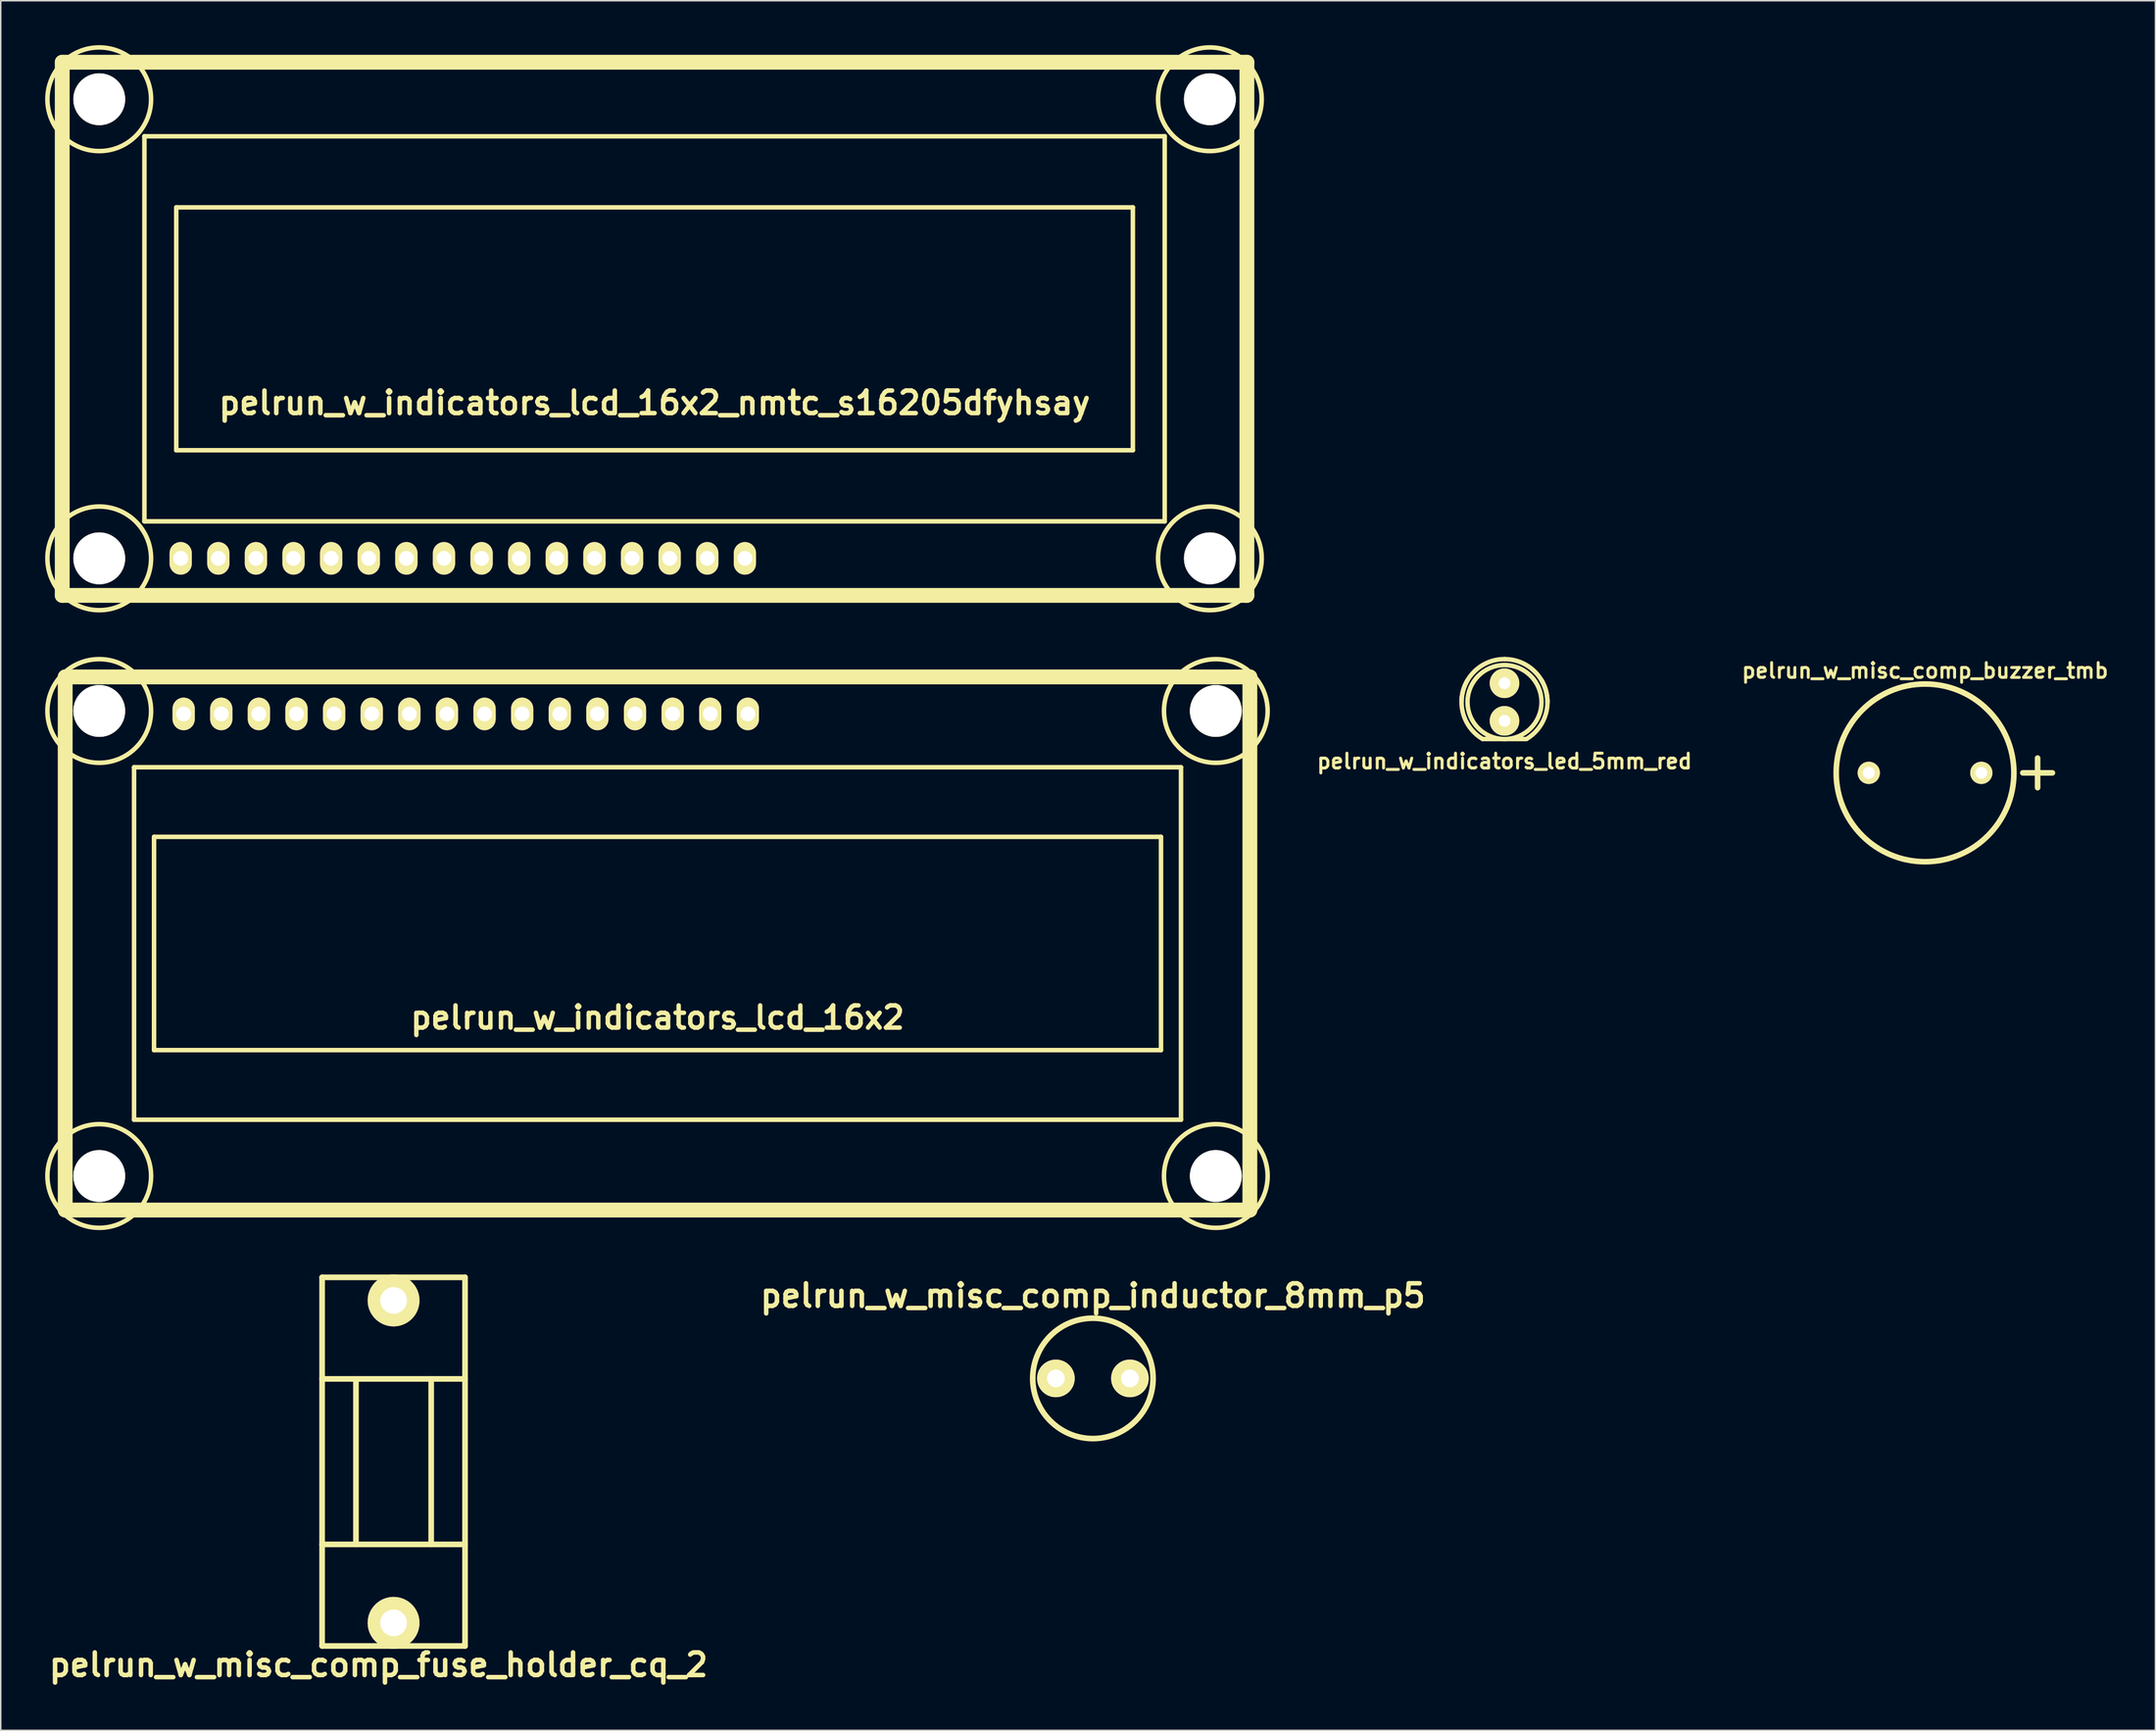
<source format=kicad_pcb>
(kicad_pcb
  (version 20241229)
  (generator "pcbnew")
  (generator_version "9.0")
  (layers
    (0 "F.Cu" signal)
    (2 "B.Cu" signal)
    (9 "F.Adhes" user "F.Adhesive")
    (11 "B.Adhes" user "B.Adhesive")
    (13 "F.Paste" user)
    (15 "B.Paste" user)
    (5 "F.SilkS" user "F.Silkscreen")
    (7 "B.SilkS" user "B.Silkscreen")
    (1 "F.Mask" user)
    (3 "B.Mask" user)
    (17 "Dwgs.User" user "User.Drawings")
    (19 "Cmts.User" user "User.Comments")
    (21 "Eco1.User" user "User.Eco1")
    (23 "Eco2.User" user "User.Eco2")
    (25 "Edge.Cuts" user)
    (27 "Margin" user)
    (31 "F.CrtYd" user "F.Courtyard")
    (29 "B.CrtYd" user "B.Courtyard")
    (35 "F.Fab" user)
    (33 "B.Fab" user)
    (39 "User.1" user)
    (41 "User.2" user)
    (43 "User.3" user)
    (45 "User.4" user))
  (footprint "pelrun_w_indicators_lcd_16x2_nmtc_s16205dfyhsay"
    (layer "F.Cu")
    (at 41.152 19.152)
    (property "Reference" "pelrun_w_indicators_lcd_16x2_nmtc_s16205dfyhsay" (at 0 5.001 0) (layer "F.SilkS") (effects (font (size 1.524 1.524) (thickness 0.305))))
    (attr through_hole)
    (fp_line (start -40 -18) (end 40 -18) (stroke (width 1.001) (type solid)) (layer "F.SilkS"))
    (fp_line (start -40 18) (end -40 -18) (stroke (width 1.001) (type solid)) (layer "F.SilkS"))
    (fp_line (start -34.45 -13) (end 34.45 -13) (stroke (width 0.305) (type solid)) (layer "F.SilkS"))
    (fp_line (start -34.45 13) (end -34.45 -13) (stroke (width 0.305) (type solid)) (layer "F.SilkS"))
    (fp_line (start -32.3 -8.2) (end -32.3 8.2) (stroke (width 0.305) (type solid)) (layer "F.SilkS"))
    (fp_line (start -32.3 8.2) (end 32.3 8.2) (stroke (width 0.305) (type solid)) (layer "F.SilkS"))
    (fp_line (start 32.3 -8.2) (end -32.3 -8.2) (stroke (width 0.305) (type solid)) (layer "F.SilkS"))
    (fp_line (start 32.3 8.2) (end 32.3 -8.2) (stroke (width 0.305) (type solid)) (layer "F.SilkS"))
    (fp_line (start 34.45 -13) (end 34.45 13) (stroke (width 0.305) (type solid)) (layer "F.SilkS"))
    (fp_line (start 34.45 13) (end -34.45 13) (stroke (width 0.305) (type solid)) (layer "F.SilkS"))
    (fp_line (start 40 -18) (end 40 18) (stroke (width 1.001) (type solid)) (layer "F.SilkS"))
    (fp_line (start 40 18) (end -40 18) (stroke (width 1.001) (type solid)) (layer "F.SilkS"))
    (fp_circle (center -37.5 -15.5) (end -41 -15.5) (stroke (width 0.305) (type solid)) (fill no) (layer "F.SilkS"))
    (fp_circle (center -37.5 15.5) (end -41 15.5) (stroke (width 0.305) (type solid)) (fill no) (layer "F.SilkS"))
    (fp_circle (center 37.5 -15.5) (end 41 -15.5) (stroke (width 0.305) (type solid)) (fill no) (layer "F.SilkS"))
    (fp_circle (center 37.5 15.5) (end 41 15.5) (stroke (width 0.305) (type solid)) (fill no) (layer "F.SilkS"))
    (pad "" np_thru_hole circle (at -37.5 -15.5) (size 3.5 3.5) (drill 3.5) (layers "*.Cu" "*.Mask" "F.SilkS"))
    (pad "" np_thru_hole circle (at -37.5 15.5) (size 3.5 3.5) (drill 3.5) (layers "*.Cu" "*.Mask" "F.SilkS"))
    (pad "" np_thru_hole circle (at 37.5 -15.5) (size 3.5 3.5) (drill 3.5) (layers "*.Cu" "*.Mask" "F.SilkS"))
    (pad "" np_thru_hole circle (at 37.5 15.5) (size 3.5 3.5) (drill 3.5) (layers "*.Cu" "*.Mask" "F.SilkS"))
    (pad "1" thru_hole oval (at -32 15.5) (size 1.5 2.2) (drill 1) (layers "*.Cu" "*.Mask" "F.SilkS"))
    (pad "2" thru_hole oval (at -29.46 15.5) (size 1.5 2.2) (drill 1) (layers "*.Cu" "*.Mask" "F.SilkS"))
    (pad "3" thru_hole oval (at -26.92 15.5) (size 1.5 2.2) (drill 1) (layers "*.Cu" "*.Mask" "F.SilkS"))
    (pad "4" thru_hole oval (at -24.38 15.5) (size 1.5 2.2) (drill 1) (layers "*.Cu" "*.Mask" "F.SilkS"))
    (pad "5" thru_hole oval (at -21.84 15.5) (size 1.5 2.2) (drill 1) (layers "*.Cu" "*.Mask" "F.SilkS"))
    (pad "6" thru_hole oval (at -19.3 15.5) (size 1.5 2.2) (drill 1) (layers "*.Cu" "*.Mask" "F.SilkS"))
    (pad "7" thru_hole oval (at -16.76 15.5) (size 1.5 2.2) (drill 1) (layers "*.Cu" "*.Mask" "F.SilkS"))
    (pad "8" thru_hole oval (at -14.22 15.5) (size 1.5 2.2) (drill 1) (layers "*.Cu" "*.Mask" "F.SilkS"))
    (pad "9" thru_hole oval (at -11.68 15.5) (size 1.5 2.2) (drill 1) (layers "*.Cu" "*.Mask" "F.SilkS"))
    (pad "10" thru_hole oval (at -9.14 15.5) (size 1.5 2.2) (drill 1) (layers "*.Cu" "*.Mask" "F.SilkS"))
    (pad "11" thru_hole oval (at -6.6 15.5) (size 1.5 2.2) (drill 1) (layers "*.Cu" "*.Mask" "F.SilkS"))
    (pad "12" thru_hole oval (at -4.06 15.5) (size 1.5 2.2) (drill 1) (layers "*.Cu" "*.Mask" "F.SilkS"))
    (pad "13" thru_hole oval (at -1.52 15.5) (size 1.5 2.2) (drill 1) (layers "*.Cu" "*.Mask" "F.SilkS"))
    (pad "14" thru_hole oval (at 1.02 15.5) (size 1.5 2.2) (drill 1) (layers "*.Cu" "*.Mask" "F.SilkS"))
    (pad "15" thru_hole oval (at 3.56 15.5) (size 1.5 2.2) (drill 1) (layers "*.Cu" "*.Mask" "F.SilkS"))
    (pad "16" thru_hole oval (at 6.1 15.5) (size 1.5 2.2) (drill 1) (layers "*.Cu" "*.Mask" "F.SilkS")))
  (footprint "pelrun_w_indicators_led_5mm_red"
    (layer "F.Cu")
    (at 98.548 44.355)
    (property "Reference" "pelrun_w_indicators_led_5mm_red" (at 0 4 0) (layer "F.SilkS") (effects (font (size 1 1) (thickness 0.2))))
    (attr through_hole)
    (fp_line (start -1.471 2.499) (end 1.471 2.499) (stroke (width 0.3) (type solid)) (layer "F.SilkS"))
    (fp_arc (start -2.90068 0) (mid -2.05109 -2.05109) (end 0 -2.90068) (stroke (width 0.29972) (type solid)) (layer "F.SilkS"))
    (fp_arc (start -1.47066 2.49936) (mid -2.807228 0.727401) (end -2.49936 -1.47066) (stroke (width 0.29972) (type solid)) (layer "F.SilkS"))
    (fp_arc (start 0 -2.90068) (mid 2.05109 -2.05109) (end 2.90068 0) (stroke (width 0.29972) (type solid)) (layer "F.SilkS"))
    (fp_arc (start 2.4892 -1.49098) (mid 2.814412 0.705848) (end 1.49098 2.4892) (stroke (width 0.29972) (type solid)) (layer "F.SilkS"))
    (fp_circle (center 0 0) (end -2.499 0) (stroke (width 0.3) (type solid)) (fill no) (layer "F.SilkS"))
    (pad "1" thru_hole circle (at 0 -1.27) (size 1.999 1.999) (drill 0.8) (layers "*.Cu" "*.Mask" "F.SilkS"))
    (pad "2" thru_hole circle (at 0 1.27) (size 1.999 1.999) (drill 0.8) (layers "*.Cu" "*.Mask" "F.SilkS")))
  (footprint "pelrun_w_indicators_lcd_16x2"
    (layer "F.Cu")
    (at 41.352 60.657)
    (property "Reference" "pelrun_w_indicators_lcd_16x2" (at 0 5.001 0) (layer "F.SilkS") (effects (font (size 1.5 1.5) (thickness 0.3))))
    (attr through_hole)
    (fp_line (start -40 -18) (end 40 -18) (stroke (width 1.001) (type solid)) (layer "F.SilkS"))
    (fp_line (start -40 18) (end -40 -18) (stroke (width 1.001) (type solid)) (layer "F.SilkS"))
    (fp_line (start -35.35 -11.9) (end 35.35 -11.9) (stroke (width 0.305) (type solid)) (layer "F.SilkS"))
    (fp_line (start -35.35 11.9) (end -35.35 -11.9) (stroke (width 0.305) (type solid)) (layer "F.SilkS"))
    (fp_line (start -34 -7.2) (end -34 7.2) (stroke (width 0.305) (type solid)) (layer "F.SilkS"))
    (fp_line (start -34 7.2) (end 34 7.2) (stroke (width 0.305) (type solid)) (layer "F.SilkS"))
    (fp_line (start 34 -7.2) (end -34 -7.2) (stroke (width 0.305) (type solid)) (layer "F.SilkS"))
    (fp_line (start 34 7.2) (end 34 -7.2) (stroke (width 0.305) (type solid)) (layer "F.SilkS"))
    (fp_line (start 35.35 -11.9) (end 35.35 11.9) (stroke (width 0.305) (type solid)) (layer "F.SilkS"))
    (fp_line (start 35.35 11.9) (end -35.35 11.9) (stroke (width 0.305) (type solid)) (layer "F.SilkS"))
    (fp_line (start 40 -18) (end 40 18) (stroke (width 1.001) (type solid)) (layer "F.SilkS"))
    (fp_line (start 40 18) (end -40 18) (stroke (width 1.001) (type solid)) (layer "F.SilkS"))
    (fp_circle (center -37.7 -15.7) (end -41.2 -15.7) (stroke (width 0.305) (type solid)) (fill no) (layer "F.SilkS"))
    (fp_circle (center -37.7 15.7) (end -41.2 15.7) (stroke (width 0.305) (type solid)) (fill no) (layer "F.SilkS"))
    (fp_circle (center 37.7 -15.7) (end 41.2 -15.7) (stroke (width 0.305) (type solid)) (fill no) (layer "F.SilkS"))
    (fp_circle (center 37.7 15.7) (end 41.2 15.7) (stroke (width 0.305) (type solid)) (fill no) (layer "F.SilkS"))
    (pad "" np_thru_hole circle (at -37.7 -15.7) (size 3.5 3.5) (drill 3.5) (layers "*.Cu" "*.Mask" "F.SilkS"))
    (pad "" np_thru_hole circle (at -37.7 15.7) (size 3.5 3.5) (drill 3.5) (layers "*.Cu" "*.Mask" "F.SilkS"))
    (pad "" np_thru_hole circle (at 37.7 -15.7) (size 3.5 3.5) (drill 3.5) (layers "*.Cu" "*.Mask" "F.SilkS"))
    (pad "" np_thru_hole circle (at 37.7 15.7) (size 3.5 3.5) (drill 3.5) (layers "*.Cu" "*.Mask" "F.SilkS"))
    (pad "1" thru_hole oval (at -32 -15.5) (size 1.5 2.2) (drill 1) (layers "*.Cu" "*.Mask" "F.SilkS"))
    (pad "2" thru_hole oval (at -29.46 -15.5) (size 1.5 2.2) (drill 1) (layers "*.Cu" "*.Mask" "F.SilkS"))
    (pad "3" thru_hole oval (at -26.92 -15.5) (size 1.5 2.2) (drill 1) (layers "*.Cu" "*.Mask" "F.SilkS"))
    (pad "4" thru_hole oval (at -24.38 -15.5) (size 1.5 2.2) (drill 1) (layers "*.Cu" "*.Mask" "F.SilkS"))
    (pad "5" thru_hole oval (at -21.84 -15.5) (size 1.5 2.2) (drill 1) (layers "*.Cu" "*.Mask" "F.SilkS"))
    (pad "6" thru_hole oval (at -19.3 -15.5) (size 1.5 2.2) (drill 1) (layers "*.Cu" "*.Mask" "F.SilkS"))
    (pad "7" thru_hole oval (at -16.76 -15.5) (size 1.5 2.2) (drill 1) (layers "*.Cu" "*.Mask" "F.SilkS"))
    (pad "8" thru_hole oval (at -14.22 -15.5) (size 1.5 2.2) (drill 1) (layers "*.Cu" "*.Mask" "F.SilkS"))
    (pad "9" thru_hole oval (at -11.68 -15.5) (size 1.5 2.2) (drill 1) (layers "*.Cu" "*.Mask" "F.SilkS"))
    (pad "10" thru_hole oval (at -9.14 -15.5) (size 1.5 2.2) (drill 1) (layers "*.Cu" "*.Mask" "F.SilkS"))
    (pad "11" thru_hole oval (at -6.6 -15.5) (size 1.5 2.2) (drill 1) (layers "*.Cu" "*.Mask" "F.SilkS"))
    (pad "12" thru_hole oval (at -4.06 -15.5) (size 1.5 2.2) (drill 1) (layers "*.Cu" "*.Mask" "F.SilkS"))
    (pad "13" thru_hole oval (at -1.52 -15.5) (size 1.5 2.2) (drill 1) (layers "*.Cu" "*.Mask" "F.SilkS"))
    (pad "14" thru_hole oval (at 1.02 -15.5) (size 1.5 2.2) (drill 1) (layers "*.Cu" "*.Mask" "F.SilkS"))
    (pad "15" thru_hole oval (at 3.56 -15.5) (size 1.5 2.2) (drill 1) (layers "*.Cu" "*.Mask" "F.SilkS"))
    (pad "16" thru_hole oval (at 6.1 -15.5) (size 1.5 2.2) (drill 1) (layers "*.Cu" "*.Mask" "F.SilkS")))
  (footprint "pelrun_w_misc_comp_fuse_holder_cq_2"
    (layer "F.Cu")
    (at 23.528 95.646)
    (property "Reference" "pelrun_w_misc_comp_fuse_holder_cq_2" (at -1.016 13.716 0) (layer "F.SilkS") (effects (font (size 1.524 1.524) (thickness 0.305))))
    (attr through_hole)
    (fp_line (start -4.826 -12.446) (end 4.826 -12.446) (stroke (width 0.381) (type solid)) (layer "F.SilkS"))
    (fp_line (start -4.826 -5.588) (end 4.826 -5.588) (stroke (width 0.381) (type solid)) (layer "F.SilkS"))
    (fp_line (start -4.826 12.446) (end -4.826 -12.446) (stroke (width 0.381) (type solid)) (layer "F.SilkS"))
    (fp_line (start -2.54 -5.588) (end -2.54 5.588) (stroke (width 0.381) (type solid)) (layer "F.SilkS"))
    (fp_line (start 2.54 5.588) (end 2.54 -5.588) (stroke (width 0.381) (type solid)) (layer "F.SilkS"))
    (fp_line (start 4.826 -12.446) (end 4.826 12.446) (stroke (width 0.381) (type solid)) (layer "F.SilkS"))
    (fp_line (start 4.826 5.588) (end -4.826 5.588) (stroke (width 0.381) (type solid)) (layer "F.SilkS"))
    (fp_line (start 4.826 12.446) (end -4.826 12.446) (stroke (width 0.381) (type solid)) (layer "F.SilkS"))
    (pad "1" thru_hole circle (at 0 -10.884) (size 3.5 3.5) (drill 1.801) (layers "*.Cu" "*.Mask" "F.SilkS"))
    (pad "2" thru_hole circle (at 0 10.884) (size 3.5 3.5) (drill 1.801) (layers "*.Cu" "*.Mask" "F.SilkS")))
  (footprint "pelrun_w_misc_comp_buzzer_tmb"
    (layer "F.Cu")
    (at 126.947 49.136)
    (property "Reference" "pelrun_w_misc_comp_buzzer_tmb" (at 0 -6.9 0) (layer "F.SilkS") (effects (font (size 0.998 0.998) (thickness 0.198))))
    (attr through_hole)
    (fp_line (start 6.6 0) (end 8.6 0) (stroke (width 0.378) (type solid)) (layer "F.SilkS"))
    (fp_line (start 7.6 1) (end 7.6 -1) (stroke (width 0.378) (type solid)) (layer "F.SilkS"))
    (fp_circle (center 0 0) (end -6 0) (stroke (width 0.378) (type solid)) (fill no) (layer "F.SilkS"))
    (pad "1" thru_hole circle (at 3.8 0) (size 1.5 1.5) (drill 0.8) (layers "*.Cu" "*.Mask" "F.SilkS"))
    (pad "2" thru_hole circle (at -3.8 0) (size 1.5 1.5) (drill 0.8) (layers "*.Cu" "*.Mask" "F.SilkS")))
  (footprint "pelrun_w_misc_comp_inductor_8mm_p5"
    (layer "F.Cu")
    (at 70.753 90.024)
    (property "Reference" "pelrun_w_misc_comp_inductor_8mm_p5" (at 0 -5.588 0) (layer "F.SilkS") (effects (font (size 1.524 1.524) (thickness 0.305))))
    (attr through_hole)
    (fp_circle (center 0 0) (end -4.064 0) (stroke (width 0.381) (type solid)) (fill no) (layer "F.SilkS"))
    (pad "1" thru_hole circle (at 2.499 0) (size 2.54 2.54) (drill 1.199) (layers "*.Cu" "*.Mask" "F.SilkS"))
    (pad "2" thru_hole circle (at -2.499 0) (size 2.54 2.54) (drill 1.199) (layers "*.Cu" "*.Mask" "F.SilkS")))
  (gr_rect
    (start -3 -3)
    (end 142.503 113.789)
    (stroke (width 0.1) (type default))
    (fill no)
    (layer "Edge.Cuts")))
</source>
